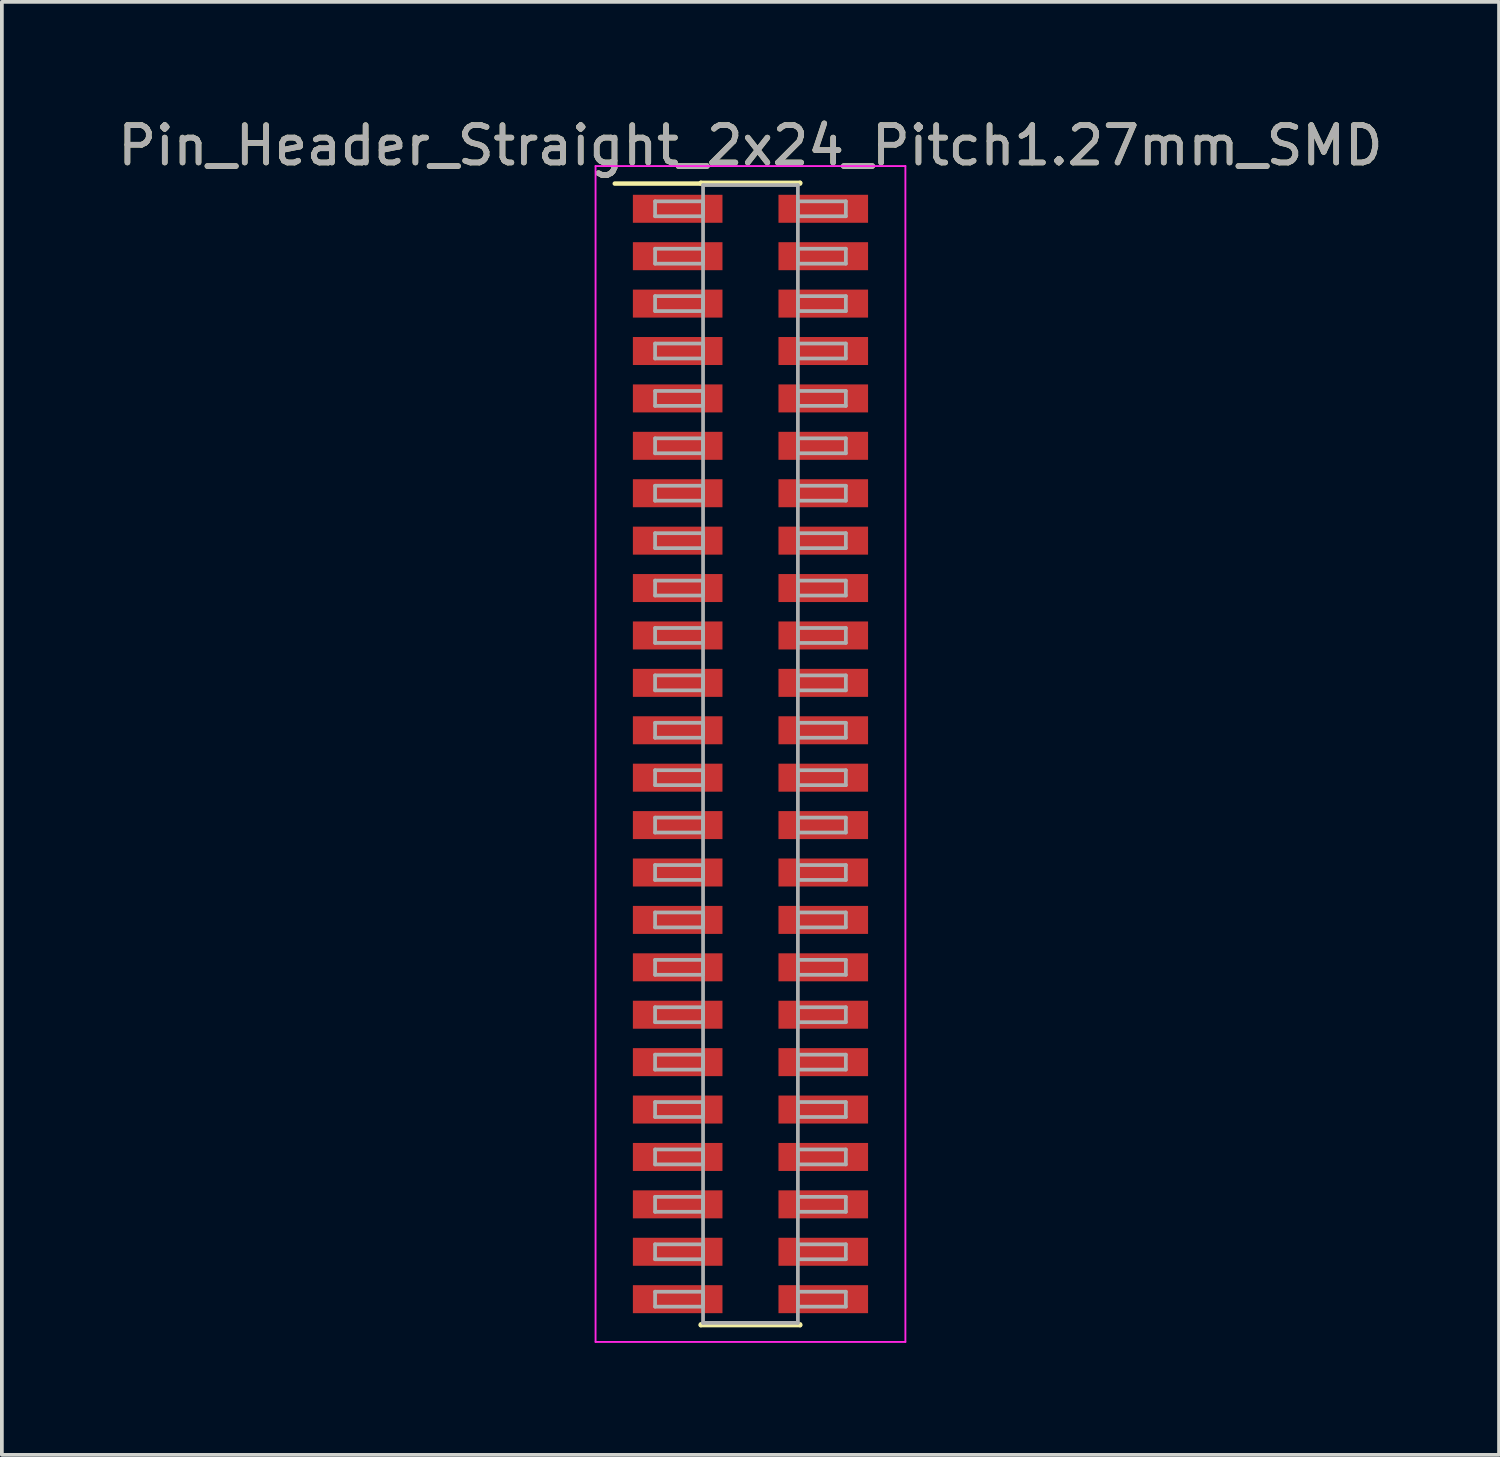
<source format=kicad_pcb>
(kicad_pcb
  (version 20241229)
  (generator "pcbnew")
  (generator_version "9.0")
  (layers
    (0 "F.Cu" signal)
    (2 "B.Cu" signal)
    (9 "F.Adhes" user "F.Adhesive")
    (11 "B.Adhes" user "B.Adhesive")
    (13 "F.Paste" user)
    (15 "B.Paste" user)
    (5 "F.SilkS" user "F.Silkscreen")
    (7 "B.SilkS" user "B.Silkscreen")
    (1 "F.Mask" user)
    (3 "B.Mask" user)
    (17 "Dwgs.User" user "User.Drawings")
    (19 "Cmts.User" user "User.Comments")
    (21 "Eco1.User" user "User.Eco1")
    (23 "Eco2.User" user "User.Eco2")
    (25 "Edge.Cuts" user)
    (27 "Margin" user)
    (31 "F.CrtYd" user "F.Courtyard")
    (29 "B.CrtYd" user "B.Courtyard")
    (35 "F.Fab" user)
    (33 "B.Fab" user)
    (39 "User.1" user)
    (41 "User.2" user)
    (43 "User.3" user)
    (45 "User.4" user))
  (footprint "Pin_Header_Straight_2x24_Pitch1.27mm_SMD"
    (layer "F.Cu")
    (at 17.054 17.148)
    (property "Reference" "Pin_Header_Straight_2x24_Pitch1.27mm_SMD" (at 0 -16.3 0) (layer "F.SilkS") (effects (font (size 1 1) (thickness 0.15))))
    (attr smd)
    (fp_line (start -3.635 -15.28) (end -1.33 -15.28) (stroke (width 0.12) (type solid)) (layer "F.SilkS"))
    (fp_line (start -1.33 -15.3) (end 1.33 -15.3) (stroke (width 0.12) (type solid)) (layer "F.SilkS"))
    (fp_line (start -1.33 -15.28) (end -1.33 -15.3) (stroke (width 0.12) (type solid)) (layer "F.SilkS"))
    (fp_line (start -1.33 15.28) (end -1.33 15.3) (stroke (width 0.12) (type solid)) (layer "F.SilkS"))
    (fp_line (start -1.33 15.3) (end 1.33 15.3) (stroke (width 0.12) (type solid)) (layer "F.SilkS"))
    (fp_line (start 1.33 -15.3) (end 1.33 -15.28) (stroke (width 0.12) (type solid)) (layer "F.SilkS"))
    (fp_line (start 1.33 15.3) (end 1.33 15.28) (stroke (width 0.12) (type solid)) (layer "F.SilkS"))
    (fp_line (start -4.15 -15.75) (end -4.15 15.75) (stroke (width 0.05) (type solid)) (layer "F.CrtYd"))
    (fp_line (start -4.15 15.75) (end 4.15 15.75) (stroke (width 0.05) (type solid)) (layer "F.CrtYd"))
    (fp_line (start 4.15 -15.75) (end -4.15 -15.75) (stroke (width 0.05) (type solid)) (layer "F.CrtYd"))
    (fp_line (start 4.15 15.75) (end 4.15 -15.75) (stroke (width 0.05) (type solid)) (layer "F.CrtYd"))
    (fp_line (start -2.555 -14.805) (end -1.27 -14.805) (stroke (width 0.1) (type solid)) (layer "F.Fab"))
    (fp_line (start -2.555 -14.405) (end -2.555 -14.805) (stroke (width 0.1) (type solid)) (layer "F.Fab"))
    (fp_line (start -2.555 -13.535) (end -1.27 -13.535) (stroke (width 0.1) (type solid)) (layer "F.Fab"))
    (fp_line (start -2.555 -13.135) (end -2.555 -13.535) (stroke (width 0.1) (type solid)) (layer "F.Fab"))
    (fp_line (start -2.555 -12.265) (end -1.27 -12.265) (stroke (width 0.1) (type solid)) (layer "F.Fab"))
    (fp_line (start -2.555 -11.865) (end -2.555 -12.265) (stroke (width 0.1) (type solid)) (layer "F.Fab"))
    (fp_line (start -2.555 -10.995) (end -1.27 -10.995) (stroke (width 0.1) (type solid)) (layer "F.Fab"))
    (fp_line (start -2.555 -10.595) (end -2.555 -10.995) (stroke (width 0.1) (type solid)) (layer "F.Fab"))
    (fp_line (start -2.555 -9.725) (end -1.27 -9.725) (stroke (width 0.1) (type solid)) (layer "F.Fab"))
    (fp_line (start -2.555 -9.325) (end -2.555 -9.725) (stroke (width 0.1) (type solid)) (layer "F.Fab"))
    (fp_line (start -2.555 -8.455) (end -1.27 -8.455) (stroke (width 0.1) (type solid)) (layer "F.Fab"))
    (fp_line (start -2.555 -8.055) (end -2.555 -8.455) (stroke (width 0.1) (type solid)) (layer "F.Fab"))
    (fp_line (start -2.555 -7.185) (end -1.27 -7.185) (stroke (width 0.1) (type solid)) (layer "F.Fab"))
    (fp_line (start -2.555 -6.785) (end -2.555 -7.185) (stroke (width 0.1) (type solid)) (layer "F.Fab"))
    (fp_line (start -2.555 -5.915) (end -1.27 -5.915) (stroke (width 0.1) (type solid)) (layer "F.Fab"))
    (fp_line (start -2.555 -5.515) (end -2.555 -5.915) (stroke (width 0.1) (type solid)) (layer "F.Fab"))
    (fp_line (start -2.555 -4.645) (end -1.27 -4.645) (stroke (width 0.1) (type solid)) (layer "F.Fab"))
    (fp_line (start -2.555 -4.245) (end -2.555 -4.645) (stroke (width 0.1) (type solid)) (layer "F.Fab"))
    (fp_line (start -2.555 -3.375) (end -1.27 -3.375) (stroke (width 0.1) (type solid)) (layer "F.Fab"))
    (fp_line (start -2.555 -2.975) (end -2.555 -3.375) (stroke (width 0.1) (type solid)) (layer "F.Fab"))
    (fp_line (start -2.555 -2.105) (end -1.27 -2.105) (stroke (width 0.1) (type solid)) (layer "F.Fab"))
    (fp_line (start -2.555 -1.705) (end -2.555 -2.105) (stroke (width 0.1) (type solid)) (layer "F.Fab"))
    (fp_line (start -2.555 -0.835) (end -1.27 -0.835) (stroke (width 0.1) (type solid)) (layer "F.Fab"))
    (fp_line (start -2.555 -0.435) (end -2.555 -0.835) (stroke (width 0.1) (type solid)) (layer "F.Fab"))
    (fp_line (start -2.555 0.435) (end -1.27 0.435) (stroke (width 0.1) (type solid)) (layer "F.Fab"))
    (fp_line (start -2.555 0.835) (end -2.555 0.435) (stroke (width 0.1) (type solid)) (layer "F.Fab"))
    (fp_line (start -2.555 1.705) (end -1.27 1.705) (stroke (width 0.1) (type solid)) (layer "F.Fab"))
    (fp_line (start -2.555 2.105) (end -2.555 1.705) (stroke (width 0.1) (type solid)) (layer "F.Fab"))
    (fp_line (start -2.555 2.975) (end -1.27 2.975) (stroke (width 0.1) (type solid)) (layer "F.Fab"))
    (fp_line (start -2.555 3.375) (end -2.555 2.975) (stroke (width 0.1) (type solid)) (layer "F.Fab"))
    (fp_line (start -2.555 4.245) (end -1.27 4.245) (stroke (width 0.1) (type solid)) (layer "F.Fab"))
    (fp_line (start -2.555 4.645) (end -2.555 4.245) (stroke (width 0.1) (type solid)) (layer "F.Fab"))
    (fp_line (start -2.555 5.515) (end -1.27 5.515) (stroke (width 0.1) (type solid)) (layer "F.Fab"))
    (fp_line (start -2.555 5.915) (end -2.555 5.515) (stroke (width 0.1) (type solid)) (layer "F.Fab"))
    (fp_line (start -2.555 6.785) (end -1.27 6.785) (stroke (width 0.1) (type solid)) (layer "F.Fab"))
    (fp_line (start -2.555 7.185) (end -2.555 6.785) (stroke (width 0.1) (type solid)) (layer "F.Fab"))
    (fp_line (start -2.555 8.055) (end -1.27 8.055) (stroke (width 0.1) (type solid)) (layer "F.Fab"))
    (fp_line (start -2.555 8.455) (end -2.555 8.055) (stroke (width 0.1) (type solid)) (layer "F.Fab"))
    (fp_line (start -2.555 9.325) (end -1.27 9.325) (stroke (width 0.1) (type solid)) (layer "F.Fab"))
    (fp_line (start -2.555 9.725) (end -2.555 9.325) (stroke (width 0.1) (type solid)) (layer "F.Fab"))
    (fp_line (start -2.555 10.595) (end -1.27 10.595) (stroke (width 0.1) (type solid)) (layer "F.Fab"))
    (fp_line (start -2.555 10.995) (end -2.555 10.595) (stroke (width 0.1) (type solid)) (layer "F.Fab"))
    (fp_line (start -2.555 11.865) (end -1.27 11.865) (stroke (width 0.1) (type solid)) (layer "F.Fab"))
    (fp_line (start -2.555 12.265) (end -2.555 11.865) (stroke (width 0.1) (type solid)) (layer "F.Fab"))
    (fp_line (start -2.555 13.135) (end -1.27 13.135) (stroke (width 0.1) (type solid)) (layer "F.Fab"))
    (fp_line (start -2.555 13.535) (end -2.555 13.135) (stroke (width 0.1) (type solid)) (layer "F.Fab"))
    (fp_line (start -2.555 14.405) (end -1.27 14.405) (stroke (width 0.1) (type solid)) (layer "F.Fab"))
    (fp_line (start -2.555 14.805) (end -2.555 14.405) (stroke (width 0.1) (type solid)) (layer "F.Fab"))
    (fp_line (start -1.27 -15.24) (end -1.27 15.24) (stroke (width 0.1) (type solid)) (layer "F.Fab"))
    (fp_line (start -1.27 -14.805) (end -1.27 -14.405) (stroke (width 0.1) (type solid)) (layer "F.Fab"))
    (fp_line (start -1.27 -14.405) (end -2.555 -14.405) (stroke (width 0.1) (type solid)) (layer "F.Fab"))
    (fp_line (start -1.27 -13.535) (end -1.27 -13.135) (stroke (width 0.1) (type solid)) (layer "F.Fab"))
    (fp_line (start -1.27 -13.135) (end -2.555 -13.135) (stroke (width 0.1) (type solid)) (layer "F.Fab"))
    (fp_line (start -1.27 -12.265) (end -1.27 -11.865) (stroke (width 0.1) (type solid)) (layer "F.Fab"))
    (fp_line (start -1.27 -11.865) (end -2.555 -11.865) (stroke (width 0.1) (type solid)) (layer "F.Fab"))
    (fp_line (start -1.27 -10.995) (end -1.27 -10.595) (stroke (width 0.1) (type solid)) (layer "F.Fab"))
    (fp_line (start -1.27 -10.595) (end -2.555 -10.595) (stroke (width 0.1) (type solid)) (layer "F.Fab"))
    (fp_line (start -1.27 -9.725) (end -1.27 -9.325) (stroke (width 0.1) (type solid)) (layer "F.Fab"))
    (fp_line (start -1.27 -9.325) (end -2.555 -9.325) (stroke (width 0.1) (type solid)) (layer "F.Fab"))
    (fp_line (start -1.27 -8.455) (end -1.27 -8.055) (stroke (width 0.1) (type solid)) (layer "F.Fab"))
    (fp_line (start -1.27 -8.055) (end -2.555 -8.055) (stroke (width 0.1) (type solid)) (layer "F.Fab"))
    (fp_line (start -1.27 -7.185) (end -1.27 -6.785) (stroke (width 0.1) (type solid)) (layer "F.Fab"))
    (fp_line (start -1.27 -6.785) (end -2.555 -6.785) (stroke (width 0.1) (type solid)) (layer "F.Fab"))
    (fp_line (start -1.27 -5.915) (end -1.27 -5.515) (stroke (width 0.1) (type solid)) (layer "F.Fab"))
    (fp_line (start -1.27 -5.515) (end -2.555 -5.515) (stroke (width 0.1) (type solid)) (layer "F.Fab"))
    (fp_line (start -1.27 -4.645) (end -1.27 -4.245) (stroke (width 0.1) (type solid)) (layer "F.Fab"))
    (fp_line (start -1.27 -4.245) (end -2.555 -4.245) (stroke (width 0.1) (type solid)) (layer "F.Fab"))
    (fp_line (start -1.27 -3.375) (end -1.27 -2.975) (stroke (width 0.1) (type solid)) (layer "F.Fab"))
    (fp_line (start -1.27 -2.975) (end -2.555 -2.975) (stroke (width 0.1) (type solid)) (layer "F.Fab"))
    (fp_line (start -1.27 -2.105) (end -1.27 -1.705) (stroke (width 0.1) (type solid)) (layer "F.Fab"))
    (fp_line (start -1.27 -1.705) (end -2.555 -1.705) (stroke (width 0.1) (type solid)) (layer "F.Fab"))
    (fp_line (start -1.27 -0.835) (end -1.27 -0.435) (stroke (width 0.1) (type solid)) (layer "F.Fab"))
    (fp_line (start -1.27 -0.435) (end -2.555 -0.435) (stroke (width 0.1) (type solid)) (layer "F.Fab"))
    (fp_line (start -1.27 0.435) (end -1.27 0.835) (stroke (width 0.1) (type solid)) (layer "F.Fab"))
    (fp_line (start -1.27 0.835) (end -2.555 0.835) (stroke (width 0.1) (type solid)) (layer "F.Fab"))
    (fp_line (start -1.27 1.705) (end -1.27 2.105) (stroke (width 0.1) (type solid)) (layer "F.Fab"))
    (fp_line (start -1.27 2.105) (end -2.555 2.105) (stroke (width 0.1) (type solid)) (layer "F.Fab"))
    (fp_line (start -1.27 2.975) (end -1.27 3.375) (stroke (width 0.1) (type solid)) (layer "F.Fab"))
    (fp_line (start -1.27 3.375) (end -2.555 3.375) (stroke (width 0.1) (type solid)) (layer "F.Fab"))
    (fp_line (start -1.27 4.245) (end -1.27 4.645) (stroke (width 0.1) (type solid)) (layer "F.Fab"))
    (fp_line (start -1.27 4.645) (end -2.555 4.645) (stroke (width 0.1) (type solid)) (layer "F.Fab"))
    (fp_line (start -1.27 5.515) (end -1.27 5.915) (stroke (width 0.1) (type solid)) (layer "F.Fab"))
    (fp_line (start -1.27 5.915) (end -2.555 5.915) (stroke (width 0.1) (type solid)) (layer "F.Fab"))
    (fp_line (start -1.27 6.785) (end -1.27 7.185) (stroke (width 0.1) (type solid)) (layer "F.Fab"))
    (fp_line (start -1.27 7.185) (end -2.555 7.185) (stroke (width 0.1) (type solid)) (layer "F.Fab"))
    (fp_line (start -1.27 8.055) (end -1.27 8.455) (stroke (width 0.1) (type solid)) (layer "F.Fab"))
    (fp_line (start -1.27 8.455) (end -2.555 8.455) (stroke (width 0.1) (type solid)) (layer "F.Fab"))
    (fp_line (start -1.27 9.325) (end -1.27 9.725) (stroke (width 0.1) (type solid)) (layer "F.Fab"))
    (fp_line (start -1.27 9.725) (end -2.555 9.725) (stroke (width 0.1) (type solid)) (layer "F.Fab"))
    (fp_line (start -1.27 10.595) (end -1.27 10.995) (stroke (width 0.1) (type solid)) (layer "F.Fab"))
    (fp_line (start -1.27 10.995) (end -2.555 10.995) (stroke (width 0.1) (type solid)) (layer "F.Fab"))
    (fp_line (start -1.27 11.865) (end -1.27 12.265) (stroke (width 0.1) (type solid)) (layer "F.Fab"))
    (fp_line (start -1.27 12.265) (end -2.555 12.265) (stroke (width 0.1) (type solid)) (layer "F.Fab"))
    (fp_line (start -1.27 13.135) (end -1.27 13.535) (stroke (width 0.1) (type solid)) (layer "F.Fab"))
    (fp_line (start -1.27 13.535) (end -2.555 13.535) (stroke (width 0.1) (type solid)) (layer "F.Fab"))
    (fp_line (start -1.27 14.405) (end -1.27 14.805) (stroke (width 0.1) (type solid)) (layer "F.Fab"))
    (fp_line (start -1.27 14.805) (end -2.555 14.805) (stroke (width 0.1) (type solid)) (layer "F.Fab"))
    (fp_line (start -1.27 15.24) (end 1.27 15.24) (stroke (width 0.1) (type solid)) (layer "F.Fab"))
    (fp_line (start 1.27 -15.24) (end -1.27 -15.24) (stroke (width 0.1) (type solid)) (layer "F.Fab"))
    (fp_line (start 1.27 -14.805) (end 1.27 -14.405) (stroke (width 0.1) (type solid)) (layer "F.Fab"))
    (fp_line (start 1.27 -14.405) (end 2.555 -14.405) (stroke (width 0.1) (type solid)) (layer "F.Fab"))
    (fp_line (start 1.27 -13.535) (end 1.27 -13.135) (stroke (width 0.1) (type solid)) (layer "F.Fab"))
    (fp_line (start 1.27 -13.135) (end 2.555 -13.135) (stroke (width 0.1) (type solid)) (layer "F.Fab"))
    (fp_line (start 1.27 -12.265) (end 1.27 -11.865) (stroke (width 0.1) (type solid)) (layer "F.Fab"))
    (fp_line (start 1.27 -11.865) (end 2.555 -11.865) (stroke (width 0.1) (type solid)) (layer "F.Fab"))
    (fp_line (start 1.27 -10.995) (end 1.27 -10.595) (stroke (width 0.1) (type solid)) (layer "F.Fab"))
    (fp_line (start 1.27 -10.595) (end 2.555 -10.595) (stroke (width 0.1) (type solid)) (layer "F.Fab"))
    (fp_line (start 1.27 -9.725) (end 1.27 -9.325) (stroke (width 0.1) (type solid)) (layer "F.Fab"))
    (fp_line (start 1.27 -9.325) (end 2.555 -9.325) (stroke (width 0.1) (type solid)) (layer "F.Fab"))
    (fp_line (start 1.27 -8.455) (end 1.27 -8.055) (stroke (width 0.1) (type solid)) (layer "F.Fab"))
    (fp_line (start 1.27 -8.055) (end 2.555 -8.055) (stroke (width 0.1) (type solid)) (layer "F.Fab"))
    (fp_line (start 1.27 -7.185) (end 1.27 -6.785) (stroke (width 0.1) (type solid)) (layer "F.Fab"))
    (fp_line (start 1.27 -6.785) (end 2.555 -6.785) (stroke (width 0.1) (type solid)) (layer "F.Fab"))
    (fp_line (start 1.27 -5.915) (end 1.27 -5.515) (stroke (width 0.1) (type solid)) (layer "F.Fab"))
    (fp_line (start 1.27 -5.515) (end 2.555 -5.515) (stroke (width 0.1) (type solid)) (layer "F.Fab"))
    (fp_line (start 1.27 -4.645) (end 1.27 -4.245) (stroke (width 0.1) (type solid)) (layer "F.Fab"))
    (fp_line (start 1.27 -4.245) (end 2.555 -4.245) (stroke (width 0.1) (type solid)) (layer "F.Fab"))
    (fp_line (start 1.27 -3.375) (end 1.27 -2.975) (stroke (width 0.1) (type solid)) (layer "F.Fab"))
    (fp_line (start 1.27 -2.975) (end 2.555 -2.975) (stroke (width 0.1) (type solid)) (layer "F.Fab"))
    (fp_line (start 1.27 -2.105) (end 1.27 -1.705) (stroke (width 0.1) (type solid)) (layer "F.Fab"))
    (fp_line (start 1.27 -1.705) (end 2.555 -1.705) (stroke (width 0.1) (type solid)) (layer "F.Fab"))
    (fp_line (start 1.27 -0.835) (end 1.27 -0.435) (stroke (width 0.1) (type solid)) (layer "F.Fab"))
    (fp_line (start 1.27 -0.435) (end 2.555 -0.435) (stroke (width 0.1) (type solid)) (layer "F.Fab"))
    (fp_line (start 1.27 0.435) (end 1.27 0.835) (stroke (width 0.1) (type solid)) (layer "F.Fab"))
    (fp_line (start 1.27 0.835) (end 2.555 0.835) (stroke (width 0.1) (type solid)) (layer "F.Fab"))
    (fp_line (start 1.27 1.705) (end 1.27 2.105) (stroke (width 0.1) (type solid)) (layer "F.Fab"))
    (fp_line (start 1.27 2.105) (end 2.555 2.105) (stroke (width 0.1) (type solid)) (layer "F.Fab"))
    (fp_line (start 1.27 2.975) (end 1.27 3.375) (stroke (width 0.1) (type solid)) (layer "F.Fab"))
    (fp_line (start 1.27 3.375) (end 2.555 3.375) (stroke (width 0.1) (type solid)) (layer "F.Fab"))
    (fp_line (start 1.27 4.245) (end 1.27 4.645) (stroke (width 0.1) (type solid)) (layer "F.Fab"))
    (fp_line (start 1.27 4.645) (end 2.555 4.645) (stroke (width 0.1) (type solid)) (layer "F.Fab"))
    (fp_line (start 1.27 5.515) (end 1.27 5.915) (stroke (width 0.1) (type solid)) (layer "F.Fab"))
    (fp_line (start 1.27 5.915) (end 2.555 5.915) (stroke (width 0.1) (type solid)) (layer "F.Fab"))
    (fp_line (start 1.27 6.785) (end 1.27 7.185) (stroke (width 0.1) (type solid)) (layer "F.Fab"))
    (fp_line (start 1.27 7.185) (end 2.555 7.185) (stroke (width 0.1) (type solid)) (layer "F.Fab"))
    (fp_line (start 1.27 8.055) (end 1.27 8.455) (stroke (width 0.1) (type solid)) (layer "F.Fab"))
    (fp_line (start 1.27 8.455) (end 2.555 8.455) (stroke (width 0.1) (type solid)) (layer "F.Fab"))
    (fp_line (start 1.27 9.325) (end 1.27 9.725) (stroke (width 0.1) (type solid)) (layer "F.Fab"))
    (fp_line (start 1.27 9.725) (end 2.555 9.725) (stroke (width 0.1) (type solid)) (layer "F.Fab"))
    (fp_line (start 1.27 10.595) (end 1.27 10.995) (stroke (width 0.1) (type solid)) (layer "F.Fab"))
    (fp_line (start 1.27 10.995) (end 2.555 10.995) (stroke (width 0.1) (type solid)) (layer "F.Fab"))
    (fp_line (start 1.27 11.865) (end 1.27 12.265) (stroke (width 0.1) (type solid)) (layer "F.Fab"))
    (fp_line (start 1.27 12.265) (end 2.555 12.265) (stroke (width 0.1) (type solid)) (layer "F.Fab"))
    (fp_line (start 1.27 13.135) (end 1.27 13.535) (stroke (width 0.1) (type solid)) (layer "F.Fab"))
    (fp_line (start 1.27 13.535) (end 2.555 13.535) (stroke (width 0.1) (type solid)) (layer "F.Fab"))
    (fp_line (start 1.27 14.405) (end 1.27 14.805) (stroke (width 0.1) (type solid)) (layer "F.Fab"))
    (fp_line (start 1.27 14.805) (end 2.555 14.805) (stroke (width 0.1) (type solid)) (layer "F.Fab"))
    (fp_line (start 1.27 15.24) (end 1.27 -15.24) (stroke (width 0.1) (type solid)) (layer "F.Fab"))
    (fp_line (start 2.555 -14.805) (end 1.27 -14.805) (stroke (width 0.1) (type solid)) (layer "F.Fab"))
    (fp_line (start 2.555 -14.405) (end 2.555 -14.805) (stroke (width 0.1) (type solid)) (layer "F.Fab"))
    (fp_line (start 2.555 -13.535) (end 1.27 -13.535) (stroke (width 0.1) (type solid)) (layer "F.Fab"))
    (fp_line (start 2.555 -13.135) (end 2.555 -13.535) (stroke (width 0.1) (type solid)) (layer "F.Fab"))
    (fp_line (start 2.555 -12.265) (end 1.27 -12.265) (stroke (width 0.1) (type solid)) (layer "F.Fab"))
    (fp_line (start 2.555 -11.865) (end 2.555 -12.265) (stroke (width 0.1) (type solid)) (layer "F.Fab"))
    (fp_line (start 2.555 -10.995) (end 1.27 -10.995) (stroke (width 0.1) (type solid)) (layer "F.Fab"))
    (fp_line (start 2.555 -10.595) (end 2.555 -10.995) (stroke (width 0.1) (type solid)) (layer "F.Fab"))
    (fp_line (start 2.555 -9.725) (end 1.27 -9.725) (stroke (width 0.1) (type solid)) (layer "F.Fab"))
    (fp_line (start 2.555 -9.325) (end 2.555 -9.725) (stroke (width 0.1) (type solid)) (layer "F.Fab"))
    (fp_line (start 2.555 -8.455) (end 1.27 -8.455) (stroke (width 0.1) (type solid)) (layer "F.Fab"))
    (fp_line (start 2.555 -8.055) (end 2.555 -8.455) (stroke (width 0.1) (type solid)) (layer "F.Fab"))
    (fp_line (start 2.555 -7.185) (end 1.27 -7.185) (stroke (width 0.1) (type solid)) (layer "F.Fab"))
    (fp_line (start 2.555 -6.785) (end 2.555 -7.185) (stroke (width 0.1) (type solid)) (layer "F.Fab"))
    (fp_line (start 2.555 -5.915) (end 1.27 -5.915) (stroke (width 0.1) (type solid)) (layer "F.Fab"))
    (fp_line (start 2.555 -5.515) (end 2.555 -5.915) (stroke (width 0.1) (type solid)) (layer "F.Fab"))
    (fp_line (start 2.555 -4.645) (end 1.27 -4.645) (stroke (width 0.1) (type solid)) (layer "F.Fab"))
    (fp_line (start 2.555 -4.245) (end 2.555 -4.645) (stroke (width 0.1) (type solid)) (layer "F.Fab"))
    (fp_line (start 2.555 -3.375) (end 1.27 -3.375) (stroke (width 0.1) (type solid)) (layer "F.Fab"))
    (fp_line (start 2.555 -2.975) (end 2.555 -3.375) (stroke (width 0.1) (type solid)) (layer "F.Fab"))
    (fp_line (start 2.555 -2.105) (end 1.27 -2.105) (stroke (width 0.1) (type solid)) (layer "F.Fab"))
    (fp_line (start 2.555 -1.705) (end 2.555 -2.105) (stroke (width 0.1) (type solid)) (layer "F.Fab"))
    (fp_line (start 2.555 -0.835) (end 1.27 -0.835) (stroke (width 0.1) (type solid)) (layer "F.Fab"))
    (fp_line (start 2.555 -0.435) (end 2.555 -0.835) (stroke (width 0.1) (type solid)) (layer "F.Fab"))
    (fp_line (start 2.555 0.435) (end 1.27 0.435) (stroke (width 0.1) (type solid)) (layer "F.Fab"))
    (fp_line (start 2.555 0.835) (end 2.555 0.435) (stroke (width 0.1) (type solid)) (layer "F.Fab"))
    (fp_line (start 2.555 1.705) (end 1.27 1.705) (stroke (width 0.1) (type solid)) (layer "F.Fab"))
    (fp_line (start 2.555 2.105) (end 2.555 1.705) (stroke (width 0.1) (type solid)) (layer "F.Fab"))
    (fp_line (start 2.555 2.975) (end 1.27 2.975) (stroke (width 0.1) (type solid)) (layer "F.Fab"))
    (fp_line (start 2.555 3.375) (end 2.555 2.975) (stroke (width 0.1) (type solid)) (layer "F.Fab"))
    (fp_line (start 2.555 4.245) (end 1.27 4.245) (stroke (width 0.1) (type solid)) (layer "F.Fab"))
    (fp_line (start 2.555 4.645) (end 2.555 4.245) (stroke (width 0.1) (type solid)) (layer "F.Fab"))
    (fp_line (start 2.555 5.515) (end 1.27 5.515) (stroke (width 0.1) (type solid)) (layer "F.Fab"))
    (fp_line (start 2.555 5.915) (end 2.555 5.515) (stroke (width 0.1) (type solid)) (layer "F.Fab"))
    (fp_line (start 2.555 6.785) (end 1.27 6.785) (stroke (width 0.1) (type solid)) (layer "F.Fab"))
    (fp_line (start 2.555 7.185) (end 2.555 6.785) (stroke (width 0.1) (type solid)) (layer "F.Fab"))
    (fp_line (start 2.555 8.055) (end 1.27 8.055) (stroke (width 0.1) (type solid)) (layer "F.Fab"))
    (fp_line (start 2.555 8.455) (end 2.555 8.055) (stroke (width 0.1) (type solid)) (layer "F.Fab"))
    (fp_line (start 2.555 9.325) (end 1.27 9.325) (stroke (width 0.1) (type solid)) (layer "F.Fab"))
    (fp_line (start 2.555 9.725) (end 2.555 9.325) (stroke (width 0.1) (type solid)) (layer "F.Fab"))
    (fp_line (start 2.555 10.595) (end 1.27 10.595) (stroke (width 0.1) (type solid)) (layer "F.Fab"))
    (fp_line (start 2.555 10.995) (end 2.555 10.595) (stroke (width 0.1) (type solid)) (layer "F.Fab"))
    (fp_line (start 2.555 11.865) (end 1.27 11.865) (stroke (width 0.1) (type solid)) (layer "F.Fab"))
    (fp_line (start 2.555 12.265) (end 2.555 11.865) (stroke (width 0.1) (type solid)) (layer "F.Fab"))
    (fp_line (start 2.555 13.135) (end 1.27 13.135) (stroke (width 0.1) (type solid)) (layer "F.Fab"))
    (fp_line (start 2.555 13.535) (end 2.555 13.135) (stroke (width 0.1) (type solid)) (layer "F.Fab"))
    (fp_line (start 2.555 14.405) (end 1.27 14.405) (stroke (width 0.1) (type solid)) (layer "F.Fab"))
    (fp_line (start 2.555 14.805) (end 2.555 14.405) (stroke (width 0.1) (type solid)) (layer "F.Fab"))
    (fp_text user "${REFERENCE}" (at 0 -16.3 0) (layer "F.Fab") (effects (font (size 1 1) (thickness 0.15))))
    (pad "1" smd rect (at -1.95 -14.605) (size 2.4 0.75) (layers "F.Cu" "F.Mask" "F.Paste"))
    (pad "2" smd rect (at 1.95 -14.605) (size 2.4 0.75) (layers "F.Cu" "F.Mask" "F.Paste"))
    (pad "3" smd rect (at -1.95 -13.335) (size 2.4 0.75) (layers "F.Cu" "F.Mask" "F.Paste"))
    (pad "4" smd rect (at 1.95 -13.335) (size 2.4 0.75) (layers "F.Cu" "F.Mask" "F.Paste"))
    (pad "5" smd rect (at -1.95 -12.065) (size 2.4 0.75) (layers "F.Cu" "F.Mask" "F.Paste"))
    (pad "6" smd rect (at 1.95 -12.065) (size 2.4 0.75) (layers "F.Cu" "F.Mask" "F.Paste"))
    (pad "7" smd rect (at -1.95 -10.795) (size 2.4 0.75) (layers "F.Cu" "F.Mask" "F.Paste"))
    (pad "8" smd rect (at 1.95 -10.795) (size 2.4 0.75) (layers "F.Cu" "F.Mask" "F.Paste"))
    (pad "9" smd rect (at -1.95 -9.525) (size 2.4 0.75) (layers "F.Cu" "F.Mask" "F.Paste"))
    (pad "10" smd rect (at 1.95 -9.525) (size 2.4 0.75) (layers "F.Cu" "F.Mask" "F.Paste"))
    (pad "11" smd rect (at -1.95 -8.255) (size 2.4 0.75) (layers "F.Cu" "F.Mask" "F.Paste"))
    (pad "12" smd rect (at 1.95 -8.255) (size 2.4 0.75) (layers "F.Cu" "F.Mask" "F.Paste"))
    (pad "13" smd rect (at -1.95 -6.985) (size 2.4 0.75) (layers "F.Cu" "F.Mask" "F.Paste"))
    (pad "14" smd rect (at 1.95 -6.985) (size 2.4 0.75) (layers "F.Cu" "F.Mask" "F.Paste"))
    (pad "15" smd rect (at -1.95 -5.715) (size 2.4 0.75) (layers "F.Cu" "F.Mask" "F.Paste"))
    (pad "16" smd rect (at 1.95 -5.715) (size 2.4 0.75) (layers "F.Cu" "F.Mask" "F.Paste"))
    (pad "17" smd rect (at -1.95 -4.445) (size 2.4 0.75) (layers "F.Cu" "F.Mask" "F.Paste"))
    (pad "18" smd rect (at 1.95 -4.445) (size 2.4 0.75) (layers "F.Cu" "F.Mask" "F.Paste"))
    (pad "19" smd rect (at -1.95 -3.175) (size 2.4 0.75) (layers "F.Cu" "F.Mask" "F.Paste"))
    (pad "20" smd rect (at 1.95 -3.175) (size 2.4 0.75) (layers "F.Cu" "F.Mask" "F.Paste"))
    (pad "21" smd rect (at -1.95 -1.905) (size 2.4 0.75) (layers "F.Cu" "F.Mask" "F.Paste"))
    (pad "22" smd rect (at 1.95 -1.905) (size 2.4 0.75) (layers "F.Cu" "F.Mask" "F.Paste"))
    (pad "23" smd rect (at -1.95 -0.635) (size 2.4 0.75) (layers "F.Cu" "F.Mask" "F.Paste"))
    (pad "24" smd rect (at 1.95 -0.635) (size 2.4 0.75) (layers "F.Cu" "F.Mask" "F.Paste"))
    (pad "25" smd rect (at -1.95 0.635) (size 2.4 0.75) (layers "F.Cu" "F.Mask" "F.Paste"))
    (pad "26" smd rect (at 1.95 0.635) (size 2.4 0.75) (layers "F.Cu" "F.Mask" "F.Paste"))
    (pad "27" smd rect (at -1.95 1.905) (size 2.4 0.75) (layers "F.Cu" "F.Mask" "F.Paste"))
    (pad "28" smd rect (at 1.95 1.905) (size 2.4 0.75) (layers "F.Cu" "F.Mask" "F.Paste"))
    (pad "29" smd rect (at -1.95 3.175) (size 2.4 0.75) (layers "F.Cu" "F.Mask" "F.Paste"))
    (pad "30" smd rect (at 1.95 3.175) (size 2.4 0.75) (layers "F.Cu" "F.Mask" "F.Paste"))
    (pad "31" smd rect (at -1.95 4.445) (size 2.4 0.75) (layers "F.Cu" "F.Mask" "F.Paste"))
    (pad "32" smd rect (at 1.95 4.445) (size 2.4 0.75) (layers "F.Cu" "F.Mask" "F.Paste"))
    (pad "33" smd rect (at -1.95 5.715) (size 2.4 0.75) (layers "F.Cu" "F.Mask" "F.Paste"))
    (pad "34" smd rect (at 1.95 5.715) (size 2.4 0.75) (layers "F.Cu" "F.Mask" "F.Paste"))
    (pad "35" smd rect (at -1.95 6.985) (size 2.4 0.75) (layers "F.Cu" "F.Mask" "F.Paste"))
    (pad "36" smd rect (at 1.95 6.985) (size 2.4 0.75) (layers "F.Cu" "F.Mask" "F.Paste"))
    (pad "37" smd rect (at -1.95 8.255) (size 2.4 0.75) (layers "F.Cu" "F.Mask" "F.Paste"))
    (pad "38" smd rect (at 1.95 8.255) (size 2.4 0.75) (layers "F.Cu" "F.Mask" "F.Paste"))
    (pad "39" smd rect (at -1.95 9.525) (size 2.4 0.75) (layers "F.Cu" "F.Mask" "F.Paste"))
    (pad "40" smd rect (at 1.95 9.525) (size 2.4 0.75) (layers "F.Cu" "F.Mask" "F.Paste"))
    (pad "41" smd rect (at -1.95 10.795) (size 2.4 0.75) (layers "F.Cu" "F.Mask" "F.Paste"))
    (pad "42" smd rect (at 1.95 10.795) (size 2.4 0.75) (layers "F.Cu" "F.Mask" "F.Paste"))
    (pad "43" smd rect (at -1.95 12.065) (size 2.4 0.75) (layers "F.Cu" "F.Mask" "F.Paste"))
    (pad "44" smd rect (at 1.95 12.065) (size 2.4 0.75) (layers "F.Cu" "F.Mask" "F.Paste"))
    (pad "45" smd rect (at -1.95 13.335) (size 2.4 0.75) (layers "F.Cu" "F.Mask" "F.Paste"))
    (pad "46" smd rect (at 1.95 13.335) (size 2.4 0.75) (layers "F.Cu" "F.Mask" "F.Paste"))
    (pad "47" smd rect (at -1.95 14.605) (size 2.4 0.75) (layers "F.Cu" "F.Mask" "F.Paste"))
    (pad "48" smd rect (at 1.95 14.605) (size 2.4 0.75) (layers "F.Cu" "F.Mask" "F.Paste")))
  (gr_rect
    (start -3 -3)
    (end 37.107 35.923)
    (stroke (width 0.1) (type default))
    (fill no)
    (layer "Edge.Cuts")))
</source>
